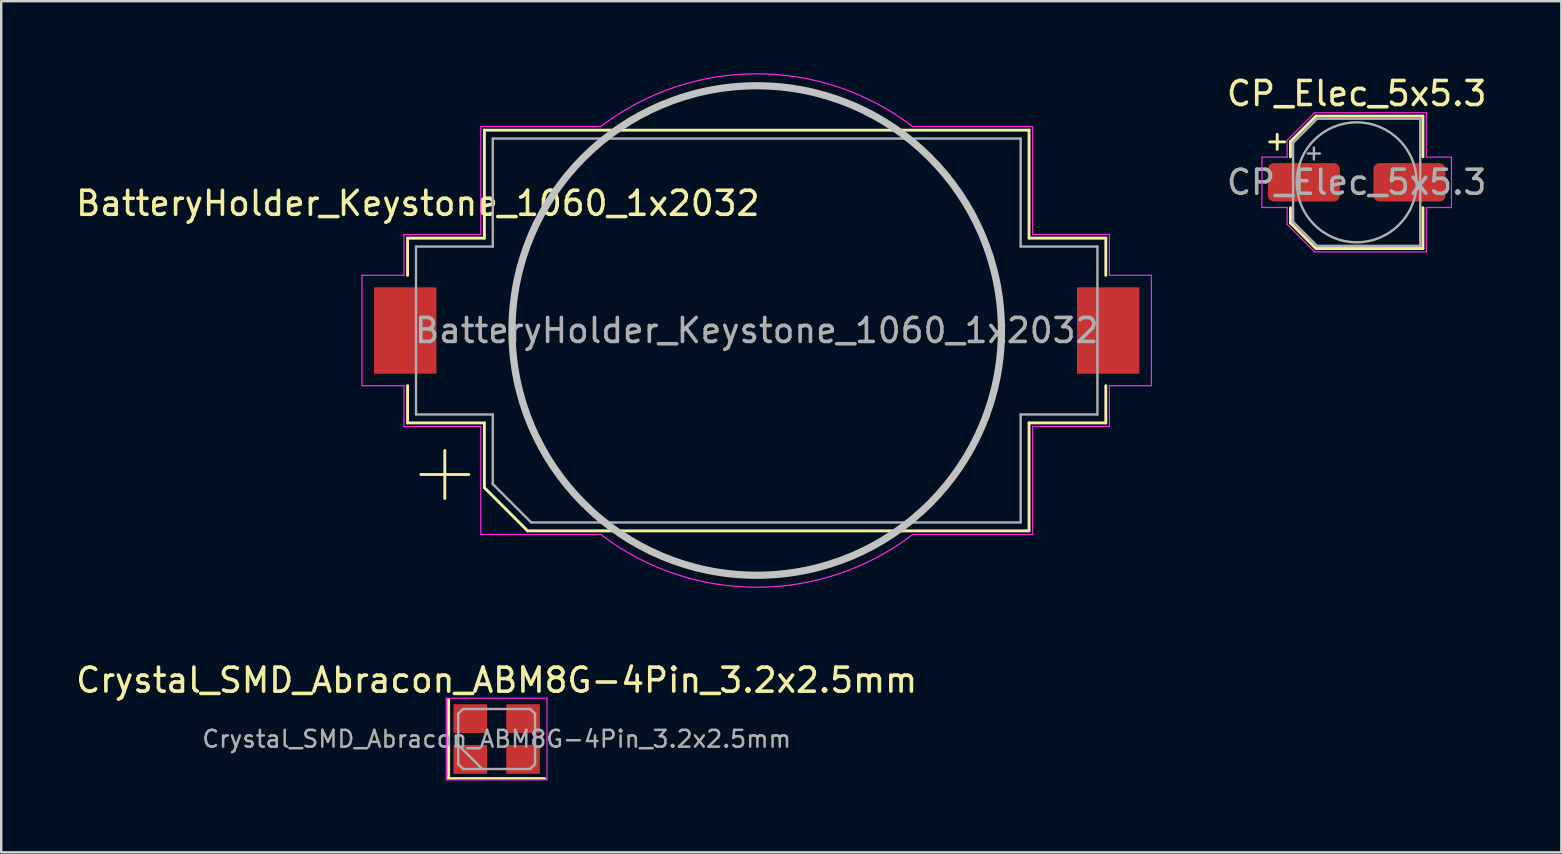
<source format=kicad_pcb>
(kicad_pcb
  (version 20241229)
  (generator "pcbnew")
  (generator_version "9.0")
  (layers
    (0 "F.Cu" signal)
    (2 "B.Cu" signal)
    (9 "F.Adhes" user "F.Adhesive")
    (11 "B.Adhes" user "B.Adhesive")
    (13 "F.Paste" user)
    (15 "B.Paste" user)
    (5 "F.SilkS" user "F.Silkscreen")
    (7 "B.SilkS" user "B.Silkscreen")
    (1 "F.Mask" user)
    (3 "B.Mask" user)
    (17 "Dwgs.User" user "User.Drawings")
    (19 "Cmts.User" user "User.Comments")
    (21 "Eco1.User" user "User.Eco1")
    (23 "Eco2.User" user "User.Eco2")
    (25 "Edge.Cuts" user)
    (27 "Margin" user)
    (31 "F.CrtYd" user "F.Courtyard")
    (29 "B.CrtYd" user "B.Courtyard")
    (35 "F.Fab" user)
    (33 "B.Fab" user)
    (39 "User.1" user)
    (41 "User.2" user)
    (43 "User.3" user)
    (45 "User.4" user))
  (footprint "BatteryHolder_Keystone_1060_1x2032"
    (layer "F.Cu")
    (at 28.488 10.725)
    (property "Reference" "BatteryHolder_Keystone_1060_1x2032" (at -14.125 -5.3 0) (layer "F.SilkS") (effects (font (size 1 1) (thickness 0.15))))
    (attr smd)
    (fp_line (start -14.55 -3.85) (end -14.55 -2.3) (stroke (width 0.12) (type solid)) (layer "F.SilkS"))
    (fp_line (start -14.55 3.85) (end -14.55 2.3) (stroke (width 0.12) (type solid)) (layer "F.SilkS"))
    (fp_line (start -13 5) (end -13 7) (stroke (width 0.12) (type solid)) (layer "F.SilkS"))
    (fp_line (start -12 6) (end -14 6) (stroke (width 0.12) (type solid)) (layer "F.SilkS"))
    (fp_line (start -11.35 -8.35) (end -11.35 -3.85) (stroke (width 0.12) (type solid)) (layer "F.SilkS"))
    (fp_line (start -11.35 -8.35) (end 11.35 -8.35) (stroke (width 0.12) (type solid)) (layer "F.SilkS"))
    (fp_line (start -11.35 -3.85) (end -14.55 -3.85) (stroke (width 0.12) (type solid)) (layer "F.SilkS"))
    (fp_line (start -11.35 3.85) (end -14.55 3.85) (stroke (width 0.12) (type solid)) (layer "F.SilkS"))
    (fp_line (start -11.35 6.55) (end -11.35 3.85) (stroke (width 0.12) (type solid)) (layer "F.SilkS"))
    (fp_line (start -9.55 8.35) (end -11.35 6.55) (stroke (width 0.12) (type solid)) (layer "F.SilkS"))
    (fp_line (start 11.35 -8.35) (end 11.35 -3.85) (stroke (width 0.12) (type solid)) (layer "F.SilkS"))
    (fp_line (start 11.35 -3.85) (end 14.55 -3.85) (stroke (width 0.12) (type solid)) (layer "F.SilkS"))
    (fp_line (start 11.35 3.85) (end 14.55 3.85) (stroke (width 0.12) (type solid)) (layer "F.SilkS"))
    (fp_line (start 11.35 8.35) (end -9.55 8.35) (stroke (width 0.12) (type solid)) (layer "F.SilkS"))
    (fp_line (start 11.35 8.35) (end 11.35 3.85) (stroke (width 0.12) (type solid)) (layer "F.SilkS"))
    (fp_line (start 14.55 -3.85) (end 14.55 -2.3) (stroke (width 0.12) (type solid)) (layer "F.SilkS"))
    (fp_line (start 14.55 3.85) (end 14.55 2.3) (stroke (width 0.12) (type solid)) (layer "F.SilkS"))
    (fp_circle (center 0 0) (end -10.2 0) (stroke (width 0.3) (type solid)) (fill no) (layer "Dwgs.User"))
    (fp_line (start -16.45 2.3) (end -16.45 -2.3) (stroke (width 0.05) (type solid)) (layer "F.CrtYd"))
    (fp_line (start -14.7 -4) (end -11.5 -4) (stroke (width 0.05) (type solid)) (layer "F.CrtYd"))
    (fp_line (start -14.7 -2.3) (end -16.45 -2.3) (stroke (width 0.05) (type solid)) (layer "F.CrtYd"))
    (fp_line (start -14.7 -2.3) (end -14.7 -4) (stroke (width 0.05) (type solid)) (layer "F.CrtYd"))
    (fp_line (start -14.7 2.3) (end -16.45 2.3) (stroke (width 0.05) (type solid)) (layer "F.CrtYd"))
    (fp_line (start -14.7 4) (end -14.7 2.3) (stroke (width 0.05) (type solid)) (layer "F.CrtYd"))
    (fp_line (start -14.7 4) (end -11.5 4) (stroke (width 0.05) (type solid)) (layer "F.CrtYd"))
    (fp_line (start -11.5 -8.5) (end -6.5 -8.5) (stroke (width 0.05) (type solid)) (layer "F.CrtYd"))
    (fp_line (start -11.5 -4) (end -11.5 -8.5) (stroke (width 0.05) (type solid)) (layer "F.CrtYd"))
    (fp_line (start -11.5 4) (end -11.5 8.5) (stroke (width 0.05) (type solid)) (layer "F.CrtYd"))
    (fp_line (start -6.5 8.5) (end -11.5 8.5) (stroke (width 0.05) (type solid)) (layer "F.CrtYd"))
    (fp_line (start 11.5 -8.5) (end 6.5 -8.5) (stroke (width 0.05) (type solid)) (layer "F.CrtYd"))
    (fp_line (start 11.5 -8.5) (end 11.5 -4) (stroke (width 0.05) (type solid)) (layer "F.CrtYd"))
    (fp_line (start 11.5 -4) (end 14.7 -4) (stroke (width 0.05) (type solid)) (layer "F.CrtYd"))
    (fp_line (start 11.5 4) (end 11.5 8.5) (stroke (width 0.05) (type solid)) (layer "F.CrtYd"))
    (fp_line (start 11.5 8.5) (end 6.5 8.5) (stroke (width 0.05) (type solid)) (layer "F.CrtYd"))
    (fp_line (start 14.7 -4) (end 14.7 -2.3) (stroke (width 0.05) (type solid)) (layer "F.CrtYd"))
    (fp_line (start 14.7 -2.3) (end 16.45 -2.3) (stroke (width 0.05) (type solid)) (layer "F.CrtYd"))
    (fp_line (start 14.7 2.3) (end 14.7 4) (stroke (width 0.05) (type solid)) (layer "F.CrtYd"))
    (fp_line (start 14.7 4) (end 11.5 4) (stroke (width 0.05) (type solid)) (layer "F.CrtYd"))
    (fp_line (start 16.45 -2.3) (end 16.45 2.3) (stroke (width 0.05) (type solid)) (layer "F.CrtYd"))
    (fp_line (start 16.45 2.3) (end 14.7 2.3) (stroke (width 0.05) (type solid)) (layer "F.CrtYd"))
    (fp_arc (start -6.499999 -8.5) (mid 0 -10.700467) (end 6.5 -8.5) (stroke (width 0.05) (type solid)) (layer "F.CrtYd"))
    (fp_arc (start 6.499999 8.5) (mid 0 10.700467) (end -6.5 8.5) (stroke (width 0.05) (type solid)) (layer "F.CrtYd"))
    (fp_line (start -14.2 -3.5) (end -11 -3.5) (stroke (width 0.1) (type solid)) (layer "F.Fab"))
    (fp_line (start -14.2 3.5) (end -14.2 -3.5) (stroke (width 0.1) (type solid)) (layer "F.Fab"))
    (fp_line (start -11 -8) (end -11 -3.5) (stroke (width 0.1) (type solid)) (layer "F.Fab"))
    (fp_line (start -11 3.5) (end -14.2 3.5) (stroke (width 0.1) (type solid)) (layer "F.Fab"))
    (fp_line (start -11 6.4) (end -11 3.5) (stroke (width 0.1) (type solid)) (layer "F.Fab"))
    (fp_line (start -9.4 8) (end -11 6.4) (stroke (width 0.1) (type solid)) (layer "F.Fab"))
    (fp_line (start 11 -8) (end -11 -8) (stroke (width 0.1) (type solid)) (layer "F.Fab"))
    (fp_line (start 11 -8) (end 11 -3.5) (stroke (width 0.1) (type solid)) (layer "F.Fab"))
    (fp_line (start 11 3.5) (end 14.2 3.5) (stroke (width 0.1) (type solid)) (layer "F.Fab"))
    (fp_line (start 11 8) (end -9.4 8) (stroke (width 0.1) (type solid)) (layer "F.Fab"))
    (fp_line (start 11 8) (end 11 3.5) (stroke (width 0.1) (type solid)) (layer "F.Fab"))
    (fp_line (start 14.2 -3.5) (end 11 -3.5) (stroke (width 0.1) (type solid)) (layer "F.Fab"))
    (fp_line (start 14.2 3.5) (end 14.2 -3.5) (stroke (width 0.1) (type solid)) (layer "F.Fab"))
    (fp_text user "${REFERENCE}" (at 0 0 0) (layer "F.Fab") (effects (font (size 1 1) (thickness 0.15))))
    (pad "1" smd rect (at -14.65 0 180) (size 2.6 3.6) (layers "F.Cu" "F.Mask" "F.Paste"))
    (pad "2" smd rect (at 14.65 0 180) (size 2.6 3.6) (layers "F.Cu" "F.Mask" "F.Paste")))
  (footprint "CP_Elec_5x5.3"
    (layer "F.Cu")
    (at 53.493 4.548)
    (property "Reference" "CP_Elec_5x5.3" (at 0 -3.7 0) (layer "F.SilkS") (effects (font (size 1 1) (thickness 0.15))))
    (attr smd)
    (fp_line (start -3.625 -1.685) (end -3 -1.685) (stroke (width 0.12) (type solid)) (layer "F.SilkS"))
    (fp_line (start -3.312 -1.998) (end -3.312 -1.373) (stroke (width 0.12) (type solid)) (layer "F.SilkS"))
    (fp_line (start -2.76 -1.696) (end -2.76 -1.06) (stroke (width 0.12) (type solid)) (layer "F.SilkS"))
    (fp_line (start -2.76 -1.696) (end -1.696 -2.76) (stroke (width 0.12) (type solid)) (layer "F.SilkS"))
    (fp_line (start -2.76 1.696) (end -2.76 1.06) (stroke (width 0.12) (type solid)) (layer "F.SilkS"))
    (fp_line (start -2.76 1.696) (end -1.696 2.76) (stroke (width 0.12) (type solid)) (layer "F.SilkS"))
    (fp_line (start -1.696 -2.76) (end 2.76 -2.76) (stroke (width 0.12) (type solid)) (layer "F.SilkS"))
    (fp_line (start -1.696 2.76) (end 2.76 2.76) (stroke (width 0.12) (type solid)) (layer "F.SilkS"))
    (fp_line (start 2.76 -2.76) (end 2.76 -1.06) (stroke (width 0.12) (type solid)) (layer "F.SilkS"))
    (fp_line (start 2.76 2.76) (end 2.76 1.06) (stroke (width 0.12) (type solid)) (layer "F.SilkS"))
    (fp_line (start -3.95 -1.05) (end -3.95 1.05) (stroke (width 0.05) (type solid)) (layer "F.CrtYd"))
    (fp_line (start -3.95 1.05) (end -2.9 1.05) (stroke (width 0.05) (type solid)) (layer "F.CrtYd"))
    (fp_line (start -2.9 -1.75) (end -2.9 -1.05) (stroke (width 0.05) (type solid)) (layer "F.CrtYd"))
    (fp_line (start -2.9 -1.75) (end -1.75 -2.9) (stroke (width 0.05) (type solid)) (layer "F.CrtYd"))
    (fp_line (start -2.9 -1.05) (end -3.95 -1.05) (stroke (width 0.05) (type solid)) (layer "F.CrtYd"))
    (fp_line (start -2.9 1.05) (end -2.9 1.75) (stroke (width 0.05) (type solid)) (layer "F.CrtYd"))
    (fp_line (start -2.9 1.75) (end -1.75 2.9) (stroke (width 0.05) (type solid)) (layer "F.CrtYd"))
    (fp_line (start -1.75 -2.9) (end 2.9 -2.9) (stroke (width 0.05) (type solid)) (layer "F.CrtYd"))
    (fp_line (start -1.75 2.9) (end 2.9 2.9) (stroke (width 0.05) (type solid)) (layer "F.CrtYd"))
    (fp_line (start 2.9 -2.9) (end 2.9 -1.05) (stroke (width 0.05) (type solid)) (layer "F.CrtYd"))
    (fp_line (start 2.9 -1.05) (end 3.95 -1.05) (stroke (width 0.05) (type solid)) (layer "F.CrtYd"))
    (fp_line (start 2.9 1.05) (end 2.9 2.9) (stroke (width 0.05) (type solid)) (layer "F.CrtYd"))
    (fp_line (start 3.95 -1.05) (end 3.95 1.05) (stroke (width 0.05) (type solid)) (layer "F.CrtYd"))
    (fp_line (start 3.95 1.05) (end 2.9 1.05) (stroke (width 0.05) (type solid)) (layer "F.CrtYd"))
    (fp_line (start -2.65 -1.65) (end -2.65 1.65) (stroke (width 0.1) (type solid)) (layer "F.Fab"))
    (fp_line (start -2.65 -1.65) (end -1.65 -2.65) (stroke (width 0.1) (type solid)) (layer "F.Fab"))
    (fp_line (start -2.65 1.65) (end -1.65 2.65) (stroke (width 0.1) (type solid)) (layer "F.Fab"))
    (fp_line (start -2.034 -1.2) (end -1.534 -1.2) (stroke (width 0.1) (type solid)) (layer "F.Fab"))
    (fp_line (start -1.784 -1.45) (end -1.784 -0.95) (stroke (width 0.1) (type solid)) (layer "F.Fab"))
    (fp_line (start -1.65 -2.65) (end 2.65 -2.65) (stroke (width 0.1) (type solid)) (layer "F.Fab"))
    (fp_line (start -1.65 2.65) (end 2.65 2.65) (stroke (width 0.1) (type solid)) (layer "F.Fab"))
    (fp_line (start 2.65 -2.65) (end 2.65 2.65) (stroke (width 0.1) (type solid)) (layer "F.Fab"))
    (fp_circle (center 0 0) (end 2.5 0) (stroke (width 0.1) (type solid)) (fill no) (layer "F.Fab"))
    (fp_text user "${REFERENCE}" (at 0 0 0) (layer "F.Fab") (effects (font (size 1 1) (thickness 0.15))))
    (pad "1" smd roundrect (at -2.2 0) (size 3 1.6) (layers "F.Cu" "F.Mask" "F.Paste") (roundrect_rratio 0.156))
    (pad "2" smd roundrect (at 2.2 0) (size 3 1.6) (layers "F.Cu" "F.Mask" "F.Paste") (roundrect_rratio 0.156)))
  (footprint "Crystal_SMD_Abracon_ABM8G-4Pin_3.2x2.5mm"
    (layer "F.Cu")
    (at 17.649 27.749)
    (property "Reference" "Crystal_SMD_Abracon_ABM8G-4Pin_3.2x2.5mm" (at 0 -2.45 0) (layer "F.SilkS") (effects (font (size 1 1) (thickness 0.15))))
    (attr smd)
    (fp_line (start -2 -1.65) (end -2 1.65) (stroke (width 0.12) (type solid)) (layer "F.SilkS"))
    (fp_line (start -2 1.65) (end 2 1.65) (stroke (width 0.12) (type solid)) (layer "F.SilkS"))
    (fp_line (start -2.1 -1.7) (end -2.1 1.7) (stroke (width 0.05) (type solid)) (layer "F.CrtYd"))
    (fp_line (start -2.1 1.7) (end 2.1 1.7) (stroke (width 0.05) (type solid)) (layer "F.CrtYd"))
    (fp_line (start 2.1 -1.7) (end -2.1 -1.7) (stroke (width 0.05) (type solid)) (layer "F.CrtYd"))
    (fp_line (start 2.1 1.7) (end 2.1 -1.7) (stroke (width 0.05) (type solid)) (layer "F.CrtYd"))
    (fp_line (start -1.6 -1.05) (end -1.4 -1.25) (stroke (width 0.1) (type solid)) (layer "F.Fab"))
    (fp_line (start -1.6 0.25) (end -0.6 1.25) (stroke (width 0.1) (type solid)) (layer "F.Fab"))
    (fp_line (start -1.6 1.05) (end -1.6 -1.05) (stroke (width 0.1) (type solid)) (layer "F.Fab"))
    (fp_line (start -1.4 -1.25) (end 1.4 -1.25) (stroke (width 0.1) (type solid)) (layer "F.Fab"))
    (fp_line (start -1.4 1.25) (end -1.6 1.05) (stroke (width 0.1) (type solid)) (layer "F.Fab"))
    (fp_line (start 1.4 -1.25) (end 1.6 -1.05) (stroke (width 0.1) (type solid)) (layer "F.Fab"))
    (fp_line (start 1.4 1.25) (end -1.4 1.25) (stroke (width 0.1) (type solid)) (layer "F.Fab"))
    (fp_line (start 1.6 -1.05) (end 1.6 1.05) (stroke (width 0.1) (type solid)) (layer "F.Fab"))
    (fp_line (start 1.6 1.05) (end 1.4 1.25) (stroke (width 0.1) (type solid)) (layer "F.Fab"))
    (fp_text user "${REFERENCE}" (at 0 0 0) (layer "F.Fab") (effects (font (size 0.7 0.7) (thickness 0.105))))
    (pad "1" smd rect (at -1.1 0.85) (size 1.4 1.2) (layers "F.Cu" "F.Mask" "F.Paste"))
    (pad "2" smd rect (at 1.1 0.85) (size 1.4 1.2) (layers "F.Cu" "F.Mask" "F.Paste"))
    (pad "3" smd rect (at 1.1 -0.85) (size 1.4 1.2) (layers "F.Cu" "F.Mask" "F.Paste"))
    (pad "4" smd rect (at -1.1 -0.85) (size 1.4 1.2) (layers "F.Cu" "F.Mask" "F.Paste")))
  (gr_rect
    (start -3 -3)
    (end 62.023 32.474)
    (stroke (width 0.1) (type default))
    (fill no)
    (layer "Edge.Cuts")))
</source>
